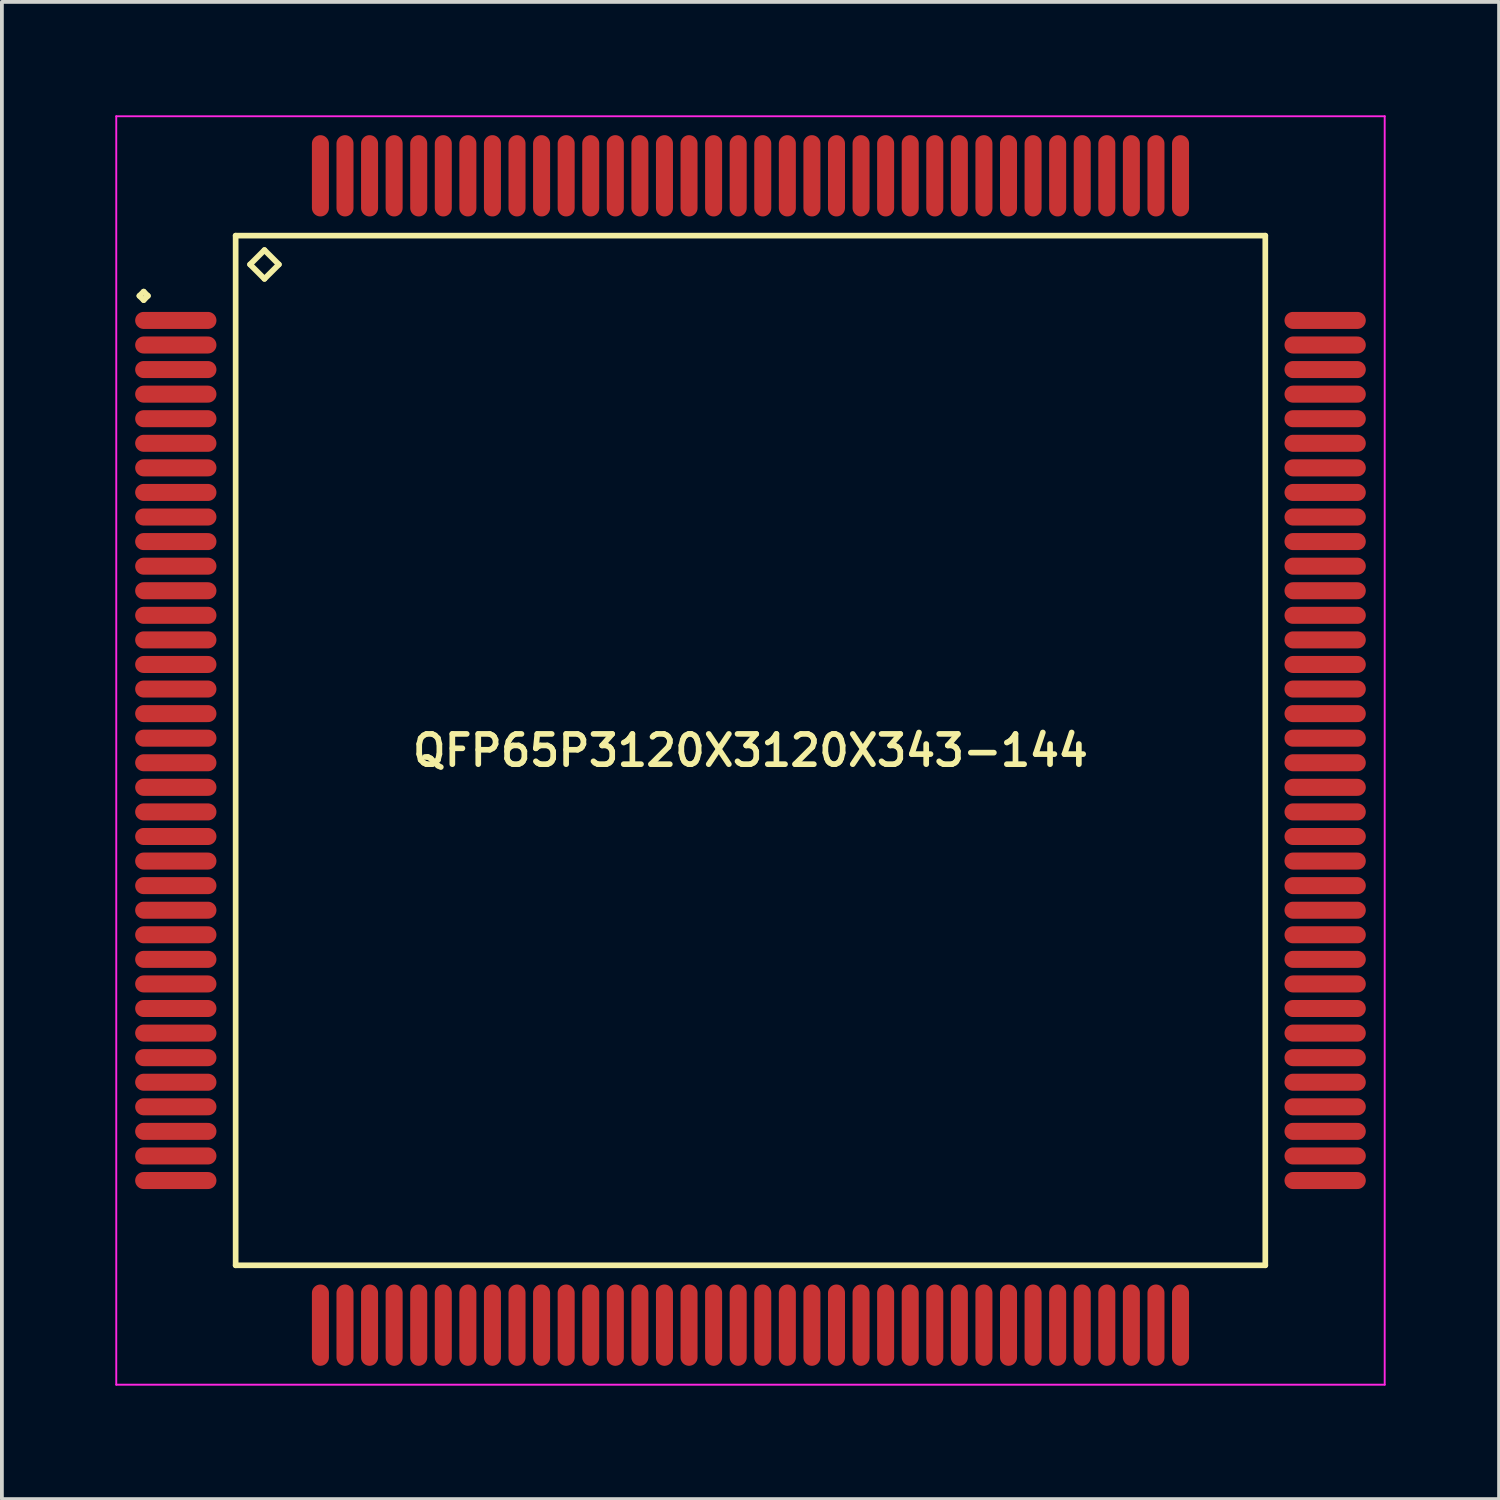
<source format=kicad_pcb>
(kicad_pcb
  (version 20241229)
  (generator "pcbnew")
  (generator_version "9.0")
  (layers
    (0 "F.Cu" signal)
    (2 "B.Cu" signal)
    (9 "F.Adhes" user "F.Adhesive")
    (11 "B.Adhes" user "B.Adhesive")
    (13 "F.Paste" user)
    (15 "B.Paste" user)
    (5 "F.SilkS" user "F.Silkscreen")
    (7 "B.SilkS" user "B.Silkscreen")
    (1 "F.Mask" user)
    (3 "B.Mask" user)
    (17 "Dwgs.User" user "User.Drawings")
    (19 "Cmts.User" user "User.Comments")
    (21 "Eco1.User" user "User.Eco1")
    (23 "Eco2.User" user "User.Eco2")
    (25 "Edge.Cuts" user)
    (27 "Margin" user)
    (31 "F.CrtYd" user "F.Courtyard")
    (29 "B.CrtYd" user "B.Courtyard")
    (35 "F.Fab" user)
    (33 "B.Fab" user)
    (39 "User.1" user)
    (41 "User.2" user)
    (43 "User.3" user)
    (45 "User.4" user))
  (footprint "QFP65P3120X3120X343-144"
    (layer "F.Cu")
    (at 16.8 16.8)
    (property "Reference" "QFP65P3120X3120X343-144" (at 0 0 0) (layer "F.SilkS") (effects (font (size 0.8 0.8) (thickness 0.15))))
    (attr smd)
    (fp_line (start -16.163 -12.025) (end -16.05 -12.137) (stroke (width 0.15) (type solid)) (layer "F.SilkS"))
    (fp_line (start -16.05 -12.137) (end -15.938 -12.025) (stroke (width 0.15) (type solid)) (layer "F.SilkS"))
    (fp_line (start -16.05 -11.912) (end -16.163 -12.025) (stroke (width 0.15) (type solid)) (layer "F.SilkS"))
    (fp_line (start -15.938 -12.025) (end -16.05 -11.912) (stroke (width 0.15) (type solid)) (layer "F.SilkS"))
    (fp_line (start -13.617 -13.617) (end -13.617 13.617) (stroke (width 0.15) (type solid)) (layer "F.SilkS"))
    (fp_line (start -13.617 13.617) (end 13.617 13.617) (stroke (width 0.15) (type solid)) (layer "F.SilkS"))
    (fp_line (start -13.236 -12.855) (end -12.855 -13.236) (stroke (width 0.15) (type solid)) (layer "F.SilkS"))
    (fp_line (start -12.855 -13.236) (end -12.474 -12.855) (stroke (width 0.15) (type solid)) (layer "F.SilkS"))
    (fp_line (start -12.855 -12.474) (end -13.236 -12.855) (stroke (width 0.15) (type solid)) (layer "F.SilkS"))
    (fp_line (start -12.474 -12.855) (end -12.855 -12.474) (stroke (width 0.15) (type solid)) (layer "F.SilkS"))
    (fp_line (start 13.617 -13.617) (end -13.617 -13.617) (stroke (width 0.15) (type solid)) (layer "F.SilkS"))
    (fp_line (start 13.617 13.617) (end 13.617 -13.617) (stroke (width 0.15) (type solid)) (layer "F.SilkS"))
    (fp_line (start -16.775 -16.775) (end 16.775 -16.775) (stroke (width 0.05) (type solid)) (layer "F.CrtYd"))
    (fp_line (start -16.775 16.775) (end -16.775 -16.775) (stroke (width 0.05) (type solid)) (layer "F.CrtYd"))
    (fp_line (start 16.775 -16.775) (end 16.775 16.775) (stroke (width 0.05) (type solid)) (layer "F.CrtYd"))
    (fp_line (start 16.775 16.775) (end -16.775 16.775) (stroke (width 0.05) (type solid)) (layer "F.CrtYd"))
    (pad "1" smd oval (at -15.2 -11.375) (size 2.15 0.45) (layers "F.Cu" "F.Mask" "F.Paste"))
    (pad "2" smd oval (at -15.2 -10.725) (size 2.15 0.45) (layers "F.Cu" "F.Mask" "F.Paste"))
    (pad "3" smd oval (at -15.2 -10.075) (size 2.15 0.45) (layers "F.Cu" "F.Mask" "F.Paste"))
    (pad "4" smd oval (at -15.2 -9.425) (size 2.15 0.45) (layers "F.Cu" "F.Mask" "F.Paste"))
    (pad "5" smd oval (at -15.2 -8.775) (size 2.15 0.45) (layers "F.Cu" "F.Mask" "F.Paste"))
    (pad "6" smd oval (at -15.2 -8.125) (size 2.15 0.45) (layers "F.Cu" "F.Mask" "F.Paste"))
    (pad "7" smd oval (at -15.2 -7.475) (size 2.15 0.45) (layers "F.Cu" "F.Mask" "F.Paste"))
    (pad "8" smd oval (at -15.2 -6.825) (size 2.15 0.45) (layers "F.Cu" "F.Mask" "F.Paste"))
    (pad "9" smd oval (at -15.2 -6.175) (size 2.15 0.45) (layers "F.Cu" "F.Mask" "F.Paste"))
    (pad "10" smd oval (at -15.2 -5.525) (size 2.15 0.45) (layers "F.Cu" "F.Mask" "F.Paste"))
    (pad "11" smd oval (at -15.2 -4.875) (size 2.15 0.45) (layers "F.Cu" "F.Mask" "F.Paste"))
    (pad "12" smd oval (at -15.2 -4.225) (size 2.15 0.45) (layers "F.Cu" "F.Mask" "F.Paste"))
    (pad "13" smd oval (at -15.2 -3.575) (size 2.15 0.45) (layers "F.Cu" "F.Mask" "F.Paste"))
    (pad "14" smd oval (at -15.2 -2.925) (size 2.15 0.45) (layers "F.Cu" "F.Mask" "F.Paste"))
    (pad "15" smd oval (at -15.2 -2.275) (size 2.15 0.45) (layers "F.Cu" "F.Mask" "F.Paste"))
    (pad "16" smd oval (at -15.2 -1.625) (size 2.15 0.45) (layers "F.Cu" "F.Mask" "F.Paste"))
    (pad "17" smd oval (at -15.2 -0.975) (size 2.15 0.45) (layers "F.Cu" "F.Mask" "F.Paste"))
    (pad "18" smd oval (at -15.2 -0.325) (size 2.15 0.45) (layers "F.Cu" "F.Mask" "F.Paste"))
    (pad "19" smd oval (at -15.2 0.325) (size 2.15 0.45) (layers "F.Cu" "F.Mask" "F.Paste"))
    (pad "20" smd oval (at -15.2 0.975) (size 2.15 0.45) (layers "F.Cu" "F.Mask" "F.Paste"))
    (pad "21" smd oval (at -15.2 1.625) (size 2.15 0.45) (layers "F.Cu" "F.Mask" "F.Paste"))
    (pad "22" smd oval (at -15.2 2.275) (size 2.15 0.45) (layers "F.Cu" "F.Mask" "F.Paste"))
    (pad "23" smd oval (at -15.2 2.925) (size 2.15 0.45) (layers "F.Cu" "F.Mask" "F.Paste"))
    (pad "24" smd oval (at -15.2 3.575) (size 2.15 0.45) (layers "F.Cu" "F.Mask" "F.Paste"))
    (pad "25" smd oval (at -15.2 4.225) (size 2.15 0.45) (layers "F.Cu" "F.Mask" "F.Paste"))
    (pad "26" smd oval (at -15.2 4.875) (size 2.15 0.45) (layers "F.Cu" "F.Mask" "F.Paste"))
    (pad "27" smd oval (at -15.2 5.525) (size 2.15 0.45) (layers "F.Cu" "F.Mask" "F.Paste"))
    (pad "28" smd oval (at -15.2 6.175) (size 2.15 0.45) (layers "F.Cu" "F.Mask" "F.Paste"))
    (pad "29" smd oval (at -15.2 6.825) (size 2.15 0.45) (layers "F.Cu" "F.Mask" "F.Paste"))
    (pad "30" smd oval (at -15.2 7.475) (size 2.15 0.45) (layers "F.Cu" "F.Mask" "F.Paste"))
    (pad "31" smd oval (at -15.2 8.125) (size 2.15 0.45) (layers "F.Cu" "F.Mask" "F.Paste"))
    (pad "32" smd oval (at -15.2 8.775) (size 2.15 0.45) (layers "F.Cu" "F.Mask" "F.Paste"))
    (pad "33" smd oval (at -15.2 9.425) (size 2.15 0.45) (layers "F.Cu" "F.Mask" "F.Paste"))
    (pad "34" smd oval (at -15.2 10.075) (size 2.15 0.45) (layers "F.Cu" "F.Mask" "F.Paste"))
    (pad "35" smd oval (at -15.2 10.725) (size 2.15 0.45) (layers "F.Cu" "F.Mask" "F.Paste"))
    (pad "36" smd oval (at -15.2 11.375) (size 2.15 0.45) (layers "F.Cu" "F.Mask" "F.Paste"))
    (pad "37" smd oval (at -11.375 15.2) (size 0.45 2.15) (layers "F.Cu" "F.Mask" "F.Paste"))
    (pad "38" smd oval (at -10.725 15.2) (size 0.45 2.15) (layers "F.Cu" "F.Mask" "F.Paste"))
    (pad "39" smd oval (at -10.075 15.2) (size 0.45 2.15) (layers "F.Cu" "F.Mask" "F.Paste"))
    (pad "40" smd oval (at -9.425 15.2) (size 0.45 2.15) (layers "F.Cu" "F.Mask" "F.Paste"))
    (pad "41" smd oval (at -8.775 15.2) (size 0.45 2.15) (layers "F.Cu" "F.Mask" "F.Paste"))
    (pad "42" smd oval (at -8.125 15.2) (size 0.45 2.15) (layers "F.Cu" "F.Mask" "F.Paste"))
    (pad "43" smd oval (at -7.475 15.2) (size 0.45 2.15) (layers "F.Cu" "F.Mask" "F.Paste"))
    (pad "44" smd oval (at -6.825 15.2) (size 0.45 2.15) (layers "F.Cu" "F.Mask" "F.Paste"))
    (pad "45" smd oval (at -6.175 15.2) (size 0.45 2.15) (layers "F.Cu" "F.Mask" "F.Paste"))
    (pad "46" smd oval (at -5.525 15.2) (size 0.45 2.15) (layers "F.Cu" "F.Mask" "F.Paste"))
    (pad "47" smd oval (at -4.875 15.2) (size 0.45 2.15) (layers "F.Cu" "F.Mask" "F.Paste"))
    (pad "48" smd oval (at -4.225 15.2) (size 0.45 2.15) (layers "F.Cu" "F.Mask" "F.Paste"))
    (pad "49" smd oval (at -3.575 15.2) (size 0.45 2.15) (layers "F.Cu" "F.Mask" "F.Paste"))
    (pad "50" smd oval (at -2.925 15.2) (size 0.45 2.15) (layers "F.Cu" "F.Mask" "F.Paste"))
    (pad "51" smd oval (at -2.275 15.2) (size 0.45 2.15) (layers "F.Cu" "F.Mask" "F.Paste"))
    (pad "52" smd oval (at -1.625 15.2) (size 0.45 2.15) (layers "F.Cu" "F.Mask" "F.Paste"))
    (pad "53" smd oval (at -0.975 15.2) (size 0.45 2.15) (layers "F.Cu" "F.Mask" "F.Paste"))
    (pad "54" smd oval (at -0.325 15.2) (size 0.45 2.15) (layers "F.Cu" "F.Mask" "F.Paste"))
    (pad "55" smd oval (at 0.325 15.2) (size 0.45 2.15) (layers "F.Cu" "F.Mask" "F.Paste"))
    (pad "56" smd oval (at 0.975 15.2) (size 0.45 2.15) (layers "F.Cu" "F.Mask" "F.Paste"))
    (pad "57" smd oval (at 1.625 15.2) (size 0.45 2.15) (layers "F.Cu" "F.Mask" "F.Paste"))
    (pad "58" smd oval (at 2.275 15.2) (size 0.45 2.15) (layers "F.Cu" "F.Mask" "F.Paste"))
    (pad "59" smd oval (at 2.925 15.2) (size 0.45 2.15) (layers "F.Cu" "F.Mask" "F.Paste"))
    (pad "60" smd oval (at 3.575 15.2) (size 0.45 2.15) (layers "F.Cu" "F.Mask" "F.Paste"))
    (pad "61" smd oval (at 4.225 15.2) (size 0.45 2.15) (layers "F.Cu" "F.Mask" "F.Paste"))
    (pad "62" smd oval (at 4.875 15.2) (size 0.45 2.15) (layers "F.Cu" "F.Mask" "F.Paste"))
    (pad "63" smd oval (at 5.525 15.2) (size 0.45 2.15) (layers "F.Cu" "F.Mask" "F.Paste"))
    (pad "64" smd oval (at 6.175 15.2) (size 0.45 2.15) (layers "F.Cu" "F.Mask" "F.Paste"))
    (pad "65" smd oval (at 6.825 15.2) (size 0.45 2.15) (layers "F.Cu" "F.Mask" "F.Paste"))
    (pad "66" smd oval (at 7.475 15.2) (size 0.45 2.15) (layers "F.Cu" "F.Mask" "F.Paste"))
    (pad "67" smd oval (at 8.125 15.2) (size 0.45 2.15) (layers "F.Cu" "F.Mask" "F.Paste"))
    (pad "68" smd oval (at 8.775 15.2) (size 0.45 2.15) (layers "F.Cu" "F.Mask" "F.Paste"))
    (pad "69" smd oval (at 9.425 15.2) (size 0.45 2.15) (layers "F.Cu" "F.Mask" "F.Paste"))
    (pad "70" smd oval (at 10.075 15.2) (size 0.45 2.15) (layers "F.Cu" "F.Mask" "F.Paste"))
    (pad "71" smd oval (at 10.725 15.2) (size 0.45 2.15) (layers "F.Cu" "F.Mask" "F.Paste"))
    (pad "72" smd oval (at 11.375 15.2) (size 0.45 2.15) (layers "F.Cu" "F.Mask" "F.Paste"))
    (pad "73" smd oval (at 15.2 11.375) (size 2.15 0.45) (layers "F.Cu" "F.Mask" "F.Paste"))
    (pad "74" smd oval (at 15.2 10.725) (size 2.15 0.45) (layers "F.Cu" "F.Mask" "F.Paste"))
    (pad "75" smd oval (at 15.2 10.075) (size 2.15 0.45) (layers "F.Cu" "F.Mask" "F.Paste"))
    (pad "76" smd oval (at 15.2 9.425) (size 2.15 0.45) (layers "F.Cu" "F.Mask" "F.Paste"))
    (pad "77" smd oval (at 15.2 8.775) (size 2.15 0.45) (layers "F.Cu" "F.Mask" "F.Paste"))
    (pad "78" smd oval (at 15.2 8.125) (size 2.15 0.45) (layers "F.Cu" "F.Mask" "F.Paste"))
    (pad "79" smd oval (at 15.2 7.475) (size 2.15 0.45) (layers "F.Cu" "F.Mask" "F.Paste"))
    (pad "80" smd oval (at 15.2 6.825) (size 2.15 0.45) (layers "F.Cu" "F.Mask" "F.Paste"))
    (pad "81" smd oval (at 15.2 6.175) (size 2.15 0.45) (layers "F.Cu" "F.Mask" "F.Paste"))
    (pad "82" smd oval (at 15.2 5.525) (size 2.15 0.45) (layers "F.Cu" "F.Mask" "F.Paste"))
    (pad "83" smd oval (at 15.2 4.875) (size 2.15 0.45) (layers "F.Cu" "F.Mask" "F.Paste"))
    (pad "84" smd oval (at 15.2 4.225) (size 2.15 0.45) (layers "F.Cu" "F.Mask" "F.Paste"))
    (pad "85" smd oval (at 15.2 3.575) (size 2.15 0.45) (layers "F.Cu" "F.Mask" "F.Paste"))
    (pad "86" smd oval (at 15.2 2.925) (size 2.15 0.45) (layers "F.Cu" "F.Mask" "F.Paste"))
    (pad "87" smd oval (at 15.2 2.275) (size 2.15 0.45) (layers "F.Cu" "F.Mask" "F.Paste"))
    (pad "88" smd oval (at 15.2 1.625) (size 2.15 0.45) (layers "F.Cu" "F.Mask" "F.Paste"))
    (pad "89" smd oval (at 15.2 0.975) (size 2.15 0.45) (layers "F.Cu" "F.Mask" "F.Paste"))
    (pad "90" smd oval (at 15.2 0.325) (size 2.15 0.45) (layers "F.Cu" "F.Mask" "F.Paste"))
    (pad "91" smd oval (at 15.2 -0.325) (size 2.15 0.45) (layers "F.Cu" "F.Mask" "F.Paste"))
    (pad "92" smd oval (at 15.2 -0.975) (size 2.15 0.45) (layers "F.Cu" "F.Mask" "F.Paste"))
    (pad "93" smd oval (at 15.2 -1.625) (size 2.15 0.45) (layers "F.Cu" "F.Mask" "F.Paste"))
    (pad "94" smd oval (at 15.2 -2.275) (size 2.15 0.45) (layers "F.Cu" "F.Mask" "F.Paste"))
    (pad "95" smd oval (at 15.2 -2.925) (size 2.15 0.45) (layers "F.Cu" "F.Mask" "F.Paste"))
    (pad "96" smd oval (at 15.2 -3.575) (size 2.15 0.45) (layers "F.Cu" "F.Mask" "F.Paste"))
    (pad "97" smd oval (at 15.2 -4.225) (size 2.15 0.45) (layers "F.Cu" "F.Mask" "F.Paste"))
    (pad "98" smd oval (at 15.2 -4.875) (size 2.15 0.45) (layers "F.Cu" "F.Mask" "F.Paste"))
    (pad "99" smd oval (at 15.2 -5.525) (size 2.15 0.45) (layers "F.Cu" "F.Mask" "F.Paste"))
    (pad "100" smd oval (at 15.2 -6.175) (size 2.15 0.45) (layers "F.Cu" "F.Mask" "F.Paste"))
    (pad "101" smd oval (at 15.2 -6.825) (size 2.15 0.45) (layers "F.Cu" "F.Mask" "F.Paste"))
    (pad "102" smd oval (at 15.2 -7.475) (size 2.15 0.45) (layers "F.Cu" "F.Mask" "F.Paste"))
    (pad "103" smd oval (at 15.2 -8.125) (size 2.15 0.45) (layers "F.Cu" "F.Mask" "F.Paste"))
    (pad "104" smd oval (at 15.2 -8.775) (size 2.15 0.45) (layers "F.Cu" "F.Mask" "F.Paste"))
    (pad "105" smd oval (at 15.2 -9.425) (size 2.15 0.45) (layers "F.Cu" "F.Mask" "F.Paste"))
    (pad "106" smd oval (at 15.2 -10.075) (size 2.15 0.45) (layers "F.Cu" "F.Mask" "F.Paste"))
    (pad "107" smd oval (at 15.2 -10.725) (size 2.15 0.45) (layers "F.Cu" "F.Mask" "F.Paste"))
    (pad "108" smd oval (at 15.2 -11.375) (size 2.15 0.45) (layers "F.Cu" "F.Mask" "F.Paste"))
    (pad "109" smd oval (at 11.375 -15.2) (size 0.45 2.15) (layers "F.Cu" "F.Mask" "F.Paste"))
    (pad "110" smd oval (at 10.725 -15.2) (size 0.45 2.15) (layers "F.Cu" "F.Mask" "F.Paste"))
    (pad "111" smd oval (at 10.075 -15.2) (size 0.45 2.15) (layers "F.Cu" "F.Mask" "F.Paste"))
    (pad "112" smd oval (at 9.425 -15.2) (size 0.45 2.15) (layers "F.Cu" "F.Mask" "F.Paste"))
    (pad "113" smd oval (at 8.775 -15.2) (size 0.45 2.15) (layers "F.Cu" "F.Mask" "F.Paste"))
    (pad "114" smd oval (at 8.125 -15.2) (size 0.45 2.15) (layers "F.Cu" "F.Mask" "F.Paste"))
    (pad "115" smd oval (at 7.475 -15.2) (size 0.45 2.15) (layers "F.Cu" "F.Mask" "F.Paste"))
    (pad "116" smd oval (at 6.825 -15.2) (size 0.45 2.15) (layers "F.Cu" "F.Mask" "F.Paste"))
    (pad "117" smd oval (at 6.175 -15.2) (size 0.45 2.15) (layers "F.Cu" "F.Mask" "F.Paste"))
    (pad "118" smd oval (at 5.525 -15.2) (size 0.45 2.15) (layers "F.Cu" "F.Mask" "F.Paste"))
    (pad "119" smd oval (at 4.875 -15.2) (size 0.45 2.15) (layers "F.Cu" "F.Mask" "F.Paste"))
    (pad "120" smd oval (at 4.225 -15.2) (size 0.45 2.15) (layers "F.Cu" "F.Mask" "F.Paste"))
    (pad "121" smd oval (at 3.575 -15.2) (size 0.45 2.15) (layers "F.Cu" "F.Mask" "F.Paste"))
    (pad "122" smd oval (at 2.925 -15.2) (size 0.45 2.15) (layers "F.Cu" "F.Mask" "F.Paste"))
    (pad "123" smd oval (at 2.275 -15.2) (size 0.45 2.15) (layers "F.Cu" "F.Mask" "F.Paste"))
    (pad "124" smd oval (at 1.625 -15.2) (size 0.45 2.15) (layers "F.Cu" "F.Mask" "F.Paste"))
    (pad "125" smd oval (at 0.975 -15.2) (size 0.45 2.15) (layers "F.Cu" "F.Mask" "F.Paste"))
    (pad "126" smd oval (at 0.325 -15.2) (size 0.45 2.15) (layers "F.Cu" "F.Mask" "F.Paste"))
    (pad "127" smd oval (at -0.325 -15.2) (size 0.45 2.15) (layers "F.Cu" "F.Mask" "F.Paste"))
    (pad "128" smd oval (at -0.975 -15.2) (size 0.45 2.15) (layers "F.Cu" "F.Mask" "F.Paste"))
    (pad "129" smd oval (at -1.625 -15.2) (size 0.45 2.15) (layers "F.Cu" "F.Mask" "F.Paste"))
    (pad "130" smd oval (at -2.275 -15.2) (size 0.45 2.15) (layers "F.Cu" "F.Mask" "F.Paste"))
    (pad "131" smd oval (at -2.925 -15.2) (size 0.45 2.15) (layers "F.Cu" "F.Mask" "F.Paste"))
    (pad "132" smd oval (at -3.575 -15.2) (size 0.45 2.15) (layers "F.Cu" "F.Mask" "F.Paste"))
    (pad "133" smd oval (at -4.225 -15.2) (size 0.45 2.15) (layers "F.Cu" "F.Mask" "F.Paste"))
    (pad "134" smd oval (at -4.875 -15.2) (size 0.45 2.15) (layers "F.Cu" "F.Mask" "F.Paste"))
    (pad "135" smd oval (at -5.525 -15.2) (size 0.45 2.15) (layers "F.Cu" "F.Mask" "F.Paste"))
    (pad "136" smd oval (at -6.175 -15.2) (size 0.45 2.15) (layers "F.Cu" "F.Mask" "F.Paste"))
    (pad "137" smd oval (at -6.825 -15.2) (size 0.45 2.15) (layers "F.Cu" "F.Mask" "F.Paste"))
    (pad "138" smd oval (at -7.475 -15.2) (size 0.45 2.15) (layers "F.Cu" "F.Mask" "F.Paste"))
    (pad "139" smd oval (at -8.125 -15.2) (size 0.45 2.15) (layers "F.Cu" "F.Mask" "F.Paste"))
    (pad "140" smd oval (at -8.775 -15.2) (size 0.45 2.15) (layers "F.Cu" "F.Mask" "F.Paste"))
    (pad "141" smd oval (at -9.425 -15.2) (size 0.45 2.15) (layers "F.Cu" "F.Mask" "F.Paste"))
    (pad "142" smd oval (at -10.075 -15.2) (size 0.45 2.15) (layers "F.Cu" "F.Mask" "F.Paste"))
    (pad "143" smd oval (at -10.725 -15.2) (size 0.45 2.15) (layers "F.Cu" "F.Mask" "F.Paste"))
    (pad "144" smd oval (at -11.375 -15.2) (size 0.45 2.15) (layers "F.Cu" "F.Mask" "F.Paste")))
  (gr_rect
    (start -3 -3)
    (end 36.6 36.6)
    (stroke (width 0.1) (type default))
    (fill no)
    (layer "Edge.Cuts")))
</source>
